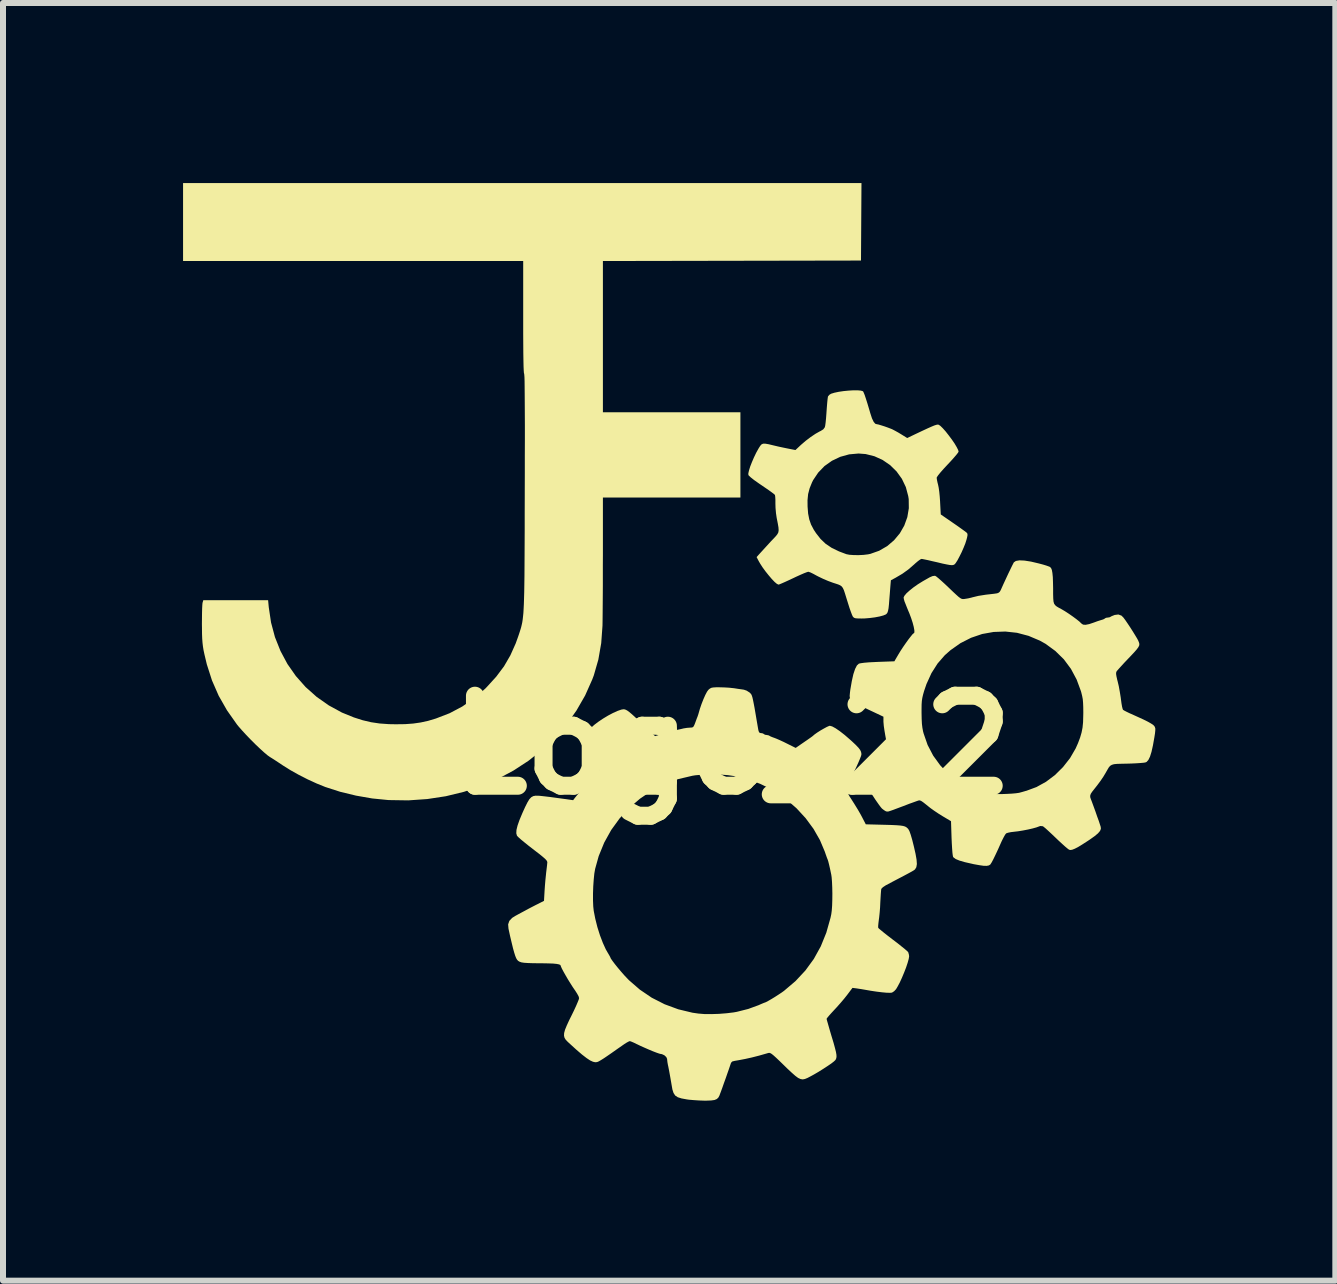
<source format=kicad_pcb>
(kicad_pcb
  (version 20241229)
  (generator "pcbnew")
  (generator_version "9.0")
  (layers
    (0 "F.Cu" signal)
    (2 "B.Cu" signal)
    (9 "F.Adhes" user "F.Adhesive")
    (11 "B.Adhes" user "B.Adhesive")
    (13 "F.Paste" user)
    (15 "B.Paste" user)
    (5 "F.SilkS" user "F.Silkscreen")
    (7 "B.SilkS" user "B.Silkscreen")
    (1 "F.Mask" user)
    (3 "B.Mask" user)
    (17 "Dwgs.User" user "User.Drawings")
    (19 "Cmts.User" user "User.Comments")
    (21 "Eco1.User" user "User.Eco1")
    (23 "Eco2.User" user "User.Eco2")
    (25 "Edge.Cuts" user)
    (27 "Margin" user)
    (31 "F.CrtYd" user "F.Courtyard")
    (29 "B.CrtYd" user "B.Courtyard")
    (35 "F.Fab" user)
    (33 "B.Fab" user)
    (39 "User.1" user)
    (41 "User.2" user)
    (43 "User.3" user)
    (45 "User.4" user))
  (footprint "Logo_22"
    (layer "F.Cu")
    (at 9.149 9.363)
    (property "Reference" "Logo_22" (at 0 0 0) (layer "F.SilkS") (effects (font (size 1.5 1.5) (thickness 0.3))))
    (attr board_only exclude_from_pos_files exclude_from_bom)
    (fp_poly (pts (xy 2.15 -8.717) (xy 2.146 -8.072) (xy -0.004 -8.068) (xy -2.154 -8.064) (xy -2.154 -6.804) (xy -2.154 -5.544) (xy -1.008 -5.544) (xy 0.137 -5.544) (xy 0.137 -4.834) (xy 0.137 -4.124) (xy -1.008 -4.124) (xy -2.154 -4.124) (xy -2.154 -3.165) (xy -2.155 -2.989) (xy -2.155 -2.817) (xy -2.155 -2.65) (xy -2.156 -2.494) (xy -2.157 -2.352) (xy -2.158 -2.226) (xy -2.159 -2.12) (xy -2.16 -2.039) (xy -2.161 -1.986) (xy -2.182 -1.698) (xy -2.23 -1.423) (xy -2.305 -1.162) (xy -2.331 -1.093) (xy -2.45 -0.826) (xy -2.595 -0.574) (xy -2.763 -0.338) (xy -2.954 -0.12) (xy -3.165 0.081) (xy -3.395 0.263) (xy -3.642 0.424) (xy -3.905 0.565) (xy -4.182 0.684) (xy -4.471 0.78) (xy -4.771 0.853) (xy -5.08 0.9) (xy -5.397 0.922) (xy -5.72 0.917) (xy -5.735 0.916) (xy -5.998 0.89) (xy -6.267 0.843) (xy -6.531 0.779) (xy -6.78 0.699) (xy -6.789 0.695) (xy -6.925 0.64) (xy -7.073 0.572) (xy -7.222 0.496) (xy -7.363 0.417) (xy -7.484 0.341) (xy -7.487 0.339) (xy -7.553 0.295) (xy -7.617 0.253) (xy -7.67 0.219) (xy -7.701 0.2) (xy -7.742 0.171) (xy -7.8 0.122) (xy -7.868 0.06) (xy -7.944 -0.012) (xy -8.022 -0.09) (xy -8.097 -0.168) (xy -8.166 -0.243) (xy -8.224 -0.309) (xy -8.25 -0.341) (xy -8.417 -0.578) (xy -8.556 -0.822) (xy -8.667 -1.076) (xy -8.753 -1.344) (xy -8.793 -1.511) (xy -8.808 -1.582) (xy -8.818 -1.644) (xy -8.825 -1.705) (xy -8.83 -1.771) (xy -8.833 -1.85) (xy -8.834 -1.947) (xy -8.835 -2.016) (xy -8.834 -2.114) (xy -8.833 -2.203) (xy -8.831 -2.279) (xy -8.828 -2.336) (xy -8.825 -2.368) (xy -8.824 -2.371) (xy -8.812 -2.413) (xy -8.272 -2.413) (xy -7.732 -2.413) (xy -7.721 -2.295) (xy -7.683 -2.041) (xy -7.618 -1.798) (xy -7.526 -1.567) (xy -7.41 -1.35) (xy -7.27 -1.15) (xy -7.107 -0.966) (xy -6.924 -0.803) (xy -6.722 -0.661) (xy -6.502 -0.541) (xy -6.303 -0.46) (xy -6.156 -0.413) (xy -6.016 -0.38) (xy -5.874 -0.359) (xy -5.72 -0.348) (xy -5.605 -0.346) (xy -5.449 -0.348) (xy -5.313 -0.358) (xy -5.189 -0.376) (xy -5.066 -0.403) (xy -4.936 -0.442) (xy -4.708 -0.53) (xy -4.498 -0.641) (xy -4.302 -0.776) (xy -4.116 -0.938) (xy -4.086 -0.969) (xy -3.931 -1.139) (xy -3.802 -1.311) (xy -3.696 -1.494) (xy -3.607 -1.693) (xy -3.567 -1.804) (xy -3.552 -1.848) (xy -3.539 -1.888) (xy -3.527 -1.926) (xy -3.516 -1.963) (xy -3.507 -2.001) (xy -3.498 -2.042) (xy -3.491 -2.087) (xy -3.485 -2.139) (xy -3.479 -2.198) (xy -3.475 -2.267) (xy -3.471 -2.347) (xy -3.468 -2.441) (xy -3.465 -2.549) (xy -3.463 -2.673) (xy -3.461 -2.816) (xy -3.46 -2.979) (xy -3.459 -3.163) (xy -3.458 -3.37) (xy -3.457 -3.603) (xy -3.457 -3.862) (xy -3.456 -4.15) (xy -3.456 -4.219) (xy -3.455 -4.54) (xy -3.455 -4.831) (xy -3.454 -5.092) (xy -3.454 -5.324) (xy -3.455 -5.527) (xy -3.456 -5.702) (xy -3.457 -5.849) (xy -3.458 -5.969) (xy -3.459 -6.062) (xy -3.461 -6.129) (xy -3.464 -6.17) (xy -3.466 -6.186) (xy -3.466 -6.186) (xy -3.47 -6.199) (xy -3.473 -6.239) (xy -3.476 -6.307) (xy -3.478 -6.403) (xy -3.48 -6.527) (xy -3.481 -6.68) (xy -3.482 -6.863) (xy -3.482 -7.075) (xy -3.482 -7.125) (xy -3.482 -8.064) (xy -6.316 -8.064) (xy -9.149 -8.064) (xy -9.149 -8.714) (xy -9.149 -9.363) (xy -3.497 -9.363) (xy 2.154 -9.363)) (stroke (width 0) (type solid)) (fill yes) (layer "F.SilkS"))
    (fp_poly (pts (xy 2.144 -5.905) (xy 2.177 -5.895) (xy 2.181 -5.892) (xy 2.191 -5.872) (xy 2.207 -5.833) (xy 2.227 -5.773) (xy 2.254 -5.688) (xy 2.287 -5.577) (xy 2.301 -5.529) (xy 2.329 -5.443) (xy 2.357 -5.385) (xy 2.384 -5.353) (xy 2.406 -5.346) (xy 2.434 -5.341) (xy 2.481 -5.327) (xy 2.538 -5.309) (xy 2.597 -5.288) (xy 2.649 -5.268) (xy 2.67 -5.259) (xy 2.712 -5.237) (xy 2.768 -5.206) (xy 2.821 -5.174) (xy 2.916 -5.115) (xy 3.058 -5.183) (xy 3.168 -5.235) (xy 3.254 -5.275) (xy 3.319 -5.304) (xy 3.367 -5.324) (xy 3.401 -5.335) (xy 3.424 -5.339) (xy 3.439 -5.337) (xy 3.439 -5.337) (xy 3.468 -5.318) (xy 3.509 -5.278) (xy 3.557 -5.224) (xy 3.608 -5.159) (xy 3.659 -5.091) (xy 3.705 -5.024) (xy 3.741 -4.963) (xy 3.765 -4.915) (xy 3.772 -4.888) (xy 3.762 -4.87) (xy 3.734 -4.834) (xy 3.691 -4.784) (xy 3.638 -4.725) (xy 3.59 -4.674) (xy 3.525 -4.604) (xy 3.471 -4.543) (xy 3.432 -4.495) (xy 3.41 -4.462) (xy 3.407 -4.452) (xy 3.411 -4.421) (xy 3.421 -4.373) (xy 3.43 -4.338) (xy 3.44 -4.29) (xy 3.45 -4.221) (xy 3.458 -4.139) (xy 3.464 -4.054) (xy 3.464 -4.048) (xy 3.475 -3.842) (xy 3.681 -3.7) (xy 3.752 -3.651) (xy 3.815 -3.606) (xy 3.865 -3.57) (xy 3.898 -3.545) (xy 3.908 -3.537) (xy 3.919 -3.521) (xy 3.921 -3.498) (xy 3.914 -3.46) (xy 3.903 -3.418) (xy 3.884 -3.358) (xy 3.855 -3.286) (xy 3.822 -3.211) (xy 3.786 -3.139) (xy 3.753 -3.077) (xy 3.724 -3.032) (xy 3.71 -3.015) (xy 3.697 -3.005) (xy 3.68 -2.999) (xy 3.657 -2.997) (xy 3.623 -3) (xy 3.574 -3.009) (xy 3.506 -3.023) (xy 3.415 -3.045) (xy 3.335 -3.063) (xy 3.268 -3.079) (xy 3.21 -3.091) (xy 3.169 -3.099) (xy 3.154 -3.101) (xy 3.132 -3.091) (xy 3.095 -3.064) (xy 3.05 -3.026) (xy 3.034 -3.011) (xy 2.936 -2.926) (xy 2.836 -2.854) (xy 2.724 -2.788) (xy 2.644 -2.745) (xy 2.636 -2.652) (xy 2.631 -2.588) (xy 2.625 -2.51) (xy 2.619 -2.436) (xy 2.612 -2.344) (xy 2.605 -2.278) (xy 2.596 -2.233) (xy 2.585 -2.203) (xy 2.57 -2.184) (xy 2.56 -2.176) (xy 2.519 -2.159) (xy 2.456 -2.142) (xy 2.377 -2.127) (xy 2.291 -2.116) (xy 2.206 -2.109) (xy 2.158 -2.108) (xy 2.095 -2.109) (xy 2.055 -2.112) (xy 2.031 -2.12) (xy 2.015 -2.134) (xy 2.009 -2.142) (xy 1.996 -2.17) (xy 1.977 -2.22) (xy 1.954 -2.285) (xy 1.933 -2.352) (xy 1.902 -2.451) (xy 1.879 -2.526) (xy 1.861 -2.58) (xy 1.843 -2.618) (xy 1.824 -2.643) (xy 1.799 -2.661) (xy 1.767 -2.675) (xy 1.725 -2.689) (xy 1.678 -2.704) (xy 1.597 -2.734) (xy 1.513 -2.77) (xy 1.438 -2.806) (xy 1.407 -2.822) (xy 1.352 -2.852) (xy 1.305 -2.875) (xy 1.272 -2.886) (xy 1.267 -2.887) (xy 1.244 -2.88) (xy 1.199 -2.863) (xy 1.137 -2.836) (xy 1.064 -2.803) (xy 1.016 -2.78) (xy 0.939 -2.744) (xy 0.871 -2.713) (xy 0.816 -2.689) (xy 0.781 -2.675) (xy 0.771 -2.673) (xy 0.745 -2.685) (xy 0.707 -2.717) (xy 0.66 -2.766) (xy 0.609 -2.826) (xy 0.556 -2.892) (xy 0.507 -2.959) (xy 0.465 -3.024) (xy 0.441 -3.066) (xy 0.407 -3.131) (xy 0.444 -3.173) (xy 0.644 -3.392) (xy 0.694 -3.444) (xy 0.73 -3.483) (xy 0.754 -3.514) (xy 0.769 -3.544) (xy 0.774 -3.579) (xy 0.771 -3.626) (xy 0.76 -3.69) (xy 0.743 -3.777) (xy 0.742 -3.78) (xy 0.73 -3.861) (xy 0.722 -3.951) (xy 0.72 -4.027) (xy 0.72 -4.078) (xy 1.255 -4.078) (xy 1.256 -3.973) (xy 1.265 -3.857) (xy 1.284 -3.76) (xy 1.314 -3.673) (xy 1.36 -3.586) (xy 1.397 -3.53) (xy 1.472 -3.434) (xy 1.557 -3.353) (xy 1.658 -3.285) (xy 1.78 -3.226) (xy 1.902 -3.18) (xy 1.952 -3.17) (xy 2.024 -3.165) (xy 2.106 -3.164) (xy 2.189 -3.168) (xy 2.263 -3.177) (xy 2.302 -3.185) (xy 2.449 -3.237) (xy 2.582 -3.314) (xy 2.697 -3.412) (xy 2.793 -3.527) (xy 2.867 -3.656) (xy 2.918 -3.797) (xy 2.943 -3.945) (xy 2.941 -4.098) (xy 2.933 -4.148) (xy 2.893 -4.298) (xy 2.827 -4.436) (xy 2.738 -4.559) (xy 2.631 -4.664) (xy 2.507 -4.749) (xy 2.371 -4.811) (xy 2.224 -4.848) (xy 2.105 -4.857) (xy 1.949 -4.843) (xy 1.801 -4.802) (xy 1.662 -4.736) (xy 1.538 -4.648) (xy 1.433 -4.539) (xy 1.349 -4.414) (xy 1.33 -4.376) (xy 1.29 -4.277) (xy 1.265 -4.181) (xy 1.255 -4.078) (xy 0.72 -4.078) (xy 0.72 -4.087) (xy 0.717 -4.136) (xy 0.713 -4.165) (xy 0.711 -4.168) (xy 0.695 -4.183) (xy 0.658 -4.211) (xy 0.608 -4.247) (xy 0.56 -4.28) (xy 0.45 -4.355) (xy 0.365 -4.415) (xy 0.307 -4.461) (xy 0.275 -4.492) (xy 0.27 -4.499) (xy 0.269 -4.527) (xy 0.28 -4.575) (xy 0.3 -4.64) (xy 0.329 -4.714) (xy 0.363 -4.793) (xy 0.4 -4.87) (xy 0.439 -4.94) (xy 0.446 -4.952) (xy 0.469 -4.987) (xy 0.49 -5.01) (xy 0.516 -5.021) (xy 0.552 -5.021) (xy 0.605 -5.012) (xy 0.68 -4.994) (xy 0.773 -4.972) (xy 0.848 -4.956) (xy 0.916 -4.942) (xy 0.966 -4.932) (xy 1.054 -4.915) (xy 1.146 -5.001) (xy 1.224 -5.068) (xy 1.307 -5.131) (xy 1.387 -5.185) (xy 1.456 -5.224) (xy 1.475 -5.233) (xy 1.518 -5.26) (xy 1.543 -5.294) (xy 1.55 -5.323) (xy 1.557 -5.376) (xy 1.564 -5.446) (xy 1.57 -5.527) (xy 1.572 -5.557) (xy 1.578 -5.639) (xy 1.584 -5.711) (xy 1.59 -5.768) (xy 1.595 -5.803) (xy 1.597 -5.809) (xy 1.619 -5.835) (xy 1.648 -5.853) (xy 1.704 -5.87) (xy 1.775 -5.885) (xy 1.856 -5.897) (xy 1.939 -5.905) (xy 2.019 -5.91) (xy 2.09 -5.91)) (stroke (width 0) (type solid)) (fill yes) (layer "F.SilkS"))
    (fp_poly (pts (xy 4.871 -3.073) (xy 4.979 -3.056) (xy 5.11 -3.025) (xy 5.178 -3.007) (xy 5.231 -2.991) (xy 5.273 -2.976) (xy 5.295 -2.967) (xy 5.313 -2.948) (xy 5.326 -2.917) (xy 5.335 -2.868) (xy 5.342 -2.799) (xy 5.345 -2.707) (xy 5.347 -2.613) (xy 5.347 -2.516) (xy 5.349 -2.444) (xy 5.353 -2.393) (xy 5.363 -2.356) (xy 5.381 -2.33) (xy 5.407 -2.308) (xy 5.446 -2.285) (xy 5.491 -2.261) (xy 5.545 -2.229) (xy 5.608 -2.188) (xy 5.674 -2.142) (xy 5.735 -2.097) (xy 5.785 -2.057) (xy 5.816 -2.027) (xy 5.818 -2.025) (xy 5.846 -2.006) (xy 5.888 -2.003) (xy 5.949 -2.015) (xy 6.026 -2.041) (xy 6.083 -2.062) (xy 6.133 -2.078) (xy 6.166 -2.088) (xy 6.167 -2.088) (xy 6.198 -2.1) (xy 6.21 -2.11) (xy 6.23 -2.12) (xy 6.252 -2.123) (xy 6.286 -2.128) (xy 6.301 -2.135) (xy 6.324 -2.148) (xy 6.363 -2.163) (xy 6.372 -2.167) (xy 6.434 -2.175) (xy 6.486 -2.156) (xy 6.518 -2.124) (xy 6.548 -2.084) (xy 6.587 -2.027) (xy 6.631 -1.961) (xy 6.675 -1.892) (xy 6.715 -1.827) (xy 6.747 -1.774) (xy 6.766 -1.738) (xy 6.766 -1.737) (xy 6.778 -1.708) (xy 6.784 -1.683) (xy 6.781 -1.658) (xy 6.767 -1.63) (xy 6.74 -1.593) (xy 6.698 -1.545) (xy 6.638 -1.481) (xy 6.593 -1.434) (xy 6.534 -1.372) (xy 6.482 -1.315) (xy 6.44 -1.269) (xy 6.413 -1.238) (xy 6.406 -1.23) (xy 6.398 -1.211) (xy 6.396 -1.185) (xy 6.402 -1.146) (xy 6.415 -1.087) (xy 6.422 -1.061) (xy 6.441 -0.981) (xy 6.458 -0.887) (xy 6.473 -0.794) (xy 6.477 -0.763) (xy 6.486 -0.695) (xy 6.496 -0.638) (xy 6.506 -0.6) (xy 6.512 -0.587) (xy 6.534 -0.573) (xy 6.575 -0.552) (xy 6.629 -0.526) (xy 6.644 -0.52) (xy 6.763 -0.466) (xy 6.857 -0.423) (xy 6.927 -0.388) (xy 6.978 -0.359) (xy 7.012 -0.337) (xy 7.031 -0.318) (xy 7.034 -0.315) (xy 7.044 -0.295) (xy 7.05 -0.273) (xy 7.049 -0.24) (xy 7.044 -0.191) (xy 7.034 -0.128) (xy 7.01 0.007) (xy 6.986 0.114) (xy 6.961 0.194) (xy 6.934 0.249) (xy 6.905 0.281) (xy 6.891 0.288) (xy 6.863 0.294) (xy 6.81 0.299) (xy 6.738 0.304) (xy 6.654 0.308) (xy 6.584 0.31) (xy 6.487 0.312) (xy 6.414 0.314) (xy 6.362 0.319) (xy 6.325 0.33) (xy 6.297 0.347) (xy 6.274 0.374) (xy 6.251 0.413) (xy 6.221 0.466) (xy 6.218 0.471) (xy 6.183 0.529) (xy 6.137 0.597) (xy 6.09 0.66) (xy 6.085 0.667) (xy 6.033 0.733) (xy 5.996 0.78) (xy 5.974 0.814) (xy 5.965 0.842) (xy 5.965 0.868) (xy 5.975 0.899) (xy 5.991 0.94) (xy 5.995 0.951) (xy 6.021 1.022) (xy 6.051 1.104) (xy 6.08 1.188) (xy 6.108 1.265) (xy 6.129 1.329) (xy 6.14 1.363) (xy 6.143 1.396) (xy 6.129 1.431) (xy 6.095 1.471) (xy 6.04 1.517) (xy 5.96 1.574) (xy 5.927 1.596) (xy 5.834 1.656) (xy 5.762 1.7) (xy 5.707 1.728) (xy 5.666 1.744) (xy 5.636 1.749) (xy 5.613 1.744) (xy 5.613 1.744) (xy 5.591 1.728) (xy 5.551 1.695) (xy 5.499 1.648) (xy 5.438 1.592) (xy 5.392 1.548) (xy 5.328 1.487) (xy 5.27 1.433) (xy 5.223 1.39) (xy 5.189 1.362) (xy 5.176 1.353) (xy 5.133 1.349) (xy 5.113 1.356) (xy 5.07 1.372) (xy 5.005 1.39) (xy 4.927 1.408) (xy 4.844 1.424) (xy 4.764 1.437) (xy 4.704 1.444) (xy 4.645 1.451) (xy 4.596 1.461) (xy 4.567 1.471) (xy 4.565 1.472) (xy 4.548 1.493) (xy 4.524 1.535) (xy 4.496 1.59) (xy 4.486 1.611) (xy 4.43 1.737) (xy 4.384 1.835) (xy 4.348 1.909) (xy 4.321 1.959) (xy 4.302 1.988) (xy 4.299 1.992) (xy 4.276 2.006) (xy 4.241 2.013) (xy 4.19 2.012) (xy 4.119 2.002) (xy 4.024 1.985) (xy 3.994 1.978) (xy 3.875 1.951) (xy 3.786 1.925) (xy 3.723 1.899) (xy 3.687 1.872) (xy 3.68 1.862) (xy 3.675 1.838) (xy 3.669 1.79) (xy 3.664 1.721) (xy 3.659 1.638) (xy 3.655 1.551) (xy 3.646 1.269) (xy 3.505 1.185) (xy 3.436 1.142) (xy 3.366 1.095) (xy 3.307 1.053) (xy 3.284 1.035) (xy 3.222 0.985) (xy 3.18 0.952) (xy 3.15 0.932) (xy 3.128 0.923) (xy 3.109 0.923) (xy 3.087 0.93) (xy 3.067 0.937) (xy 3.017 0.955) (xy 2.973 0.971) (xy 2.963 0.974) (xy 2.849 1.018) (xy 2.715 1.068) (xy 2.692 1.077) (xy 2.635 1.097) (xy 2.599 1.108) (xy 2.575 1.108) (xy 2.555 1.101) (xy 2.539 1.091) (xy 2.515 1.074) (xy 2.494 1.057) (xy 2.473 1.032) (xy 2.446 0.996) (xy 2.408 0.942) (xy 2.385 0.909) (xy 2.315 0.802) (xy 2.264 0.717) (xy 2.233 0.652) (xy 2.22 0.607) (xy 2.221 0.589) (xy 2.234 0.566) (xy 2.265 0.527) (xy 2.31 0.474) (xy 2.366 0.412) (xy 2.421 0.354) (xy 2.493 0.279) (xy 2.546 0.22) (xy 2.582 0.175) (xy 2.603 0.139) (xy 2.611 0.109) (xy 2.609 0.079) (xy 2.6 0.047) (xy 2.597 0.039) (xy 2.582 -0.009) (xy 2.566 -0.078) (xy 2.551 -0.159) (xy 2.537 -0.242) (xy 2.526 -0.317) (xy 2.521 -0.376) (xy 2.52 -0.39) (xy 2.52 -0.472) (xy 2.425 -0.517) (xy 2.372 -0.542) (xy 2.302 -0.575) (xy 2.245 -0.602) (xy 3.155 -0.602) (xy 3.155 -0.535) (xy 3.157 -0.433) (xy 3.161 -0.354) (xy 3.169 -0.288) (xy 3.18 -0.228) (xy 3.19 -0.191) (xy 3.256 -0.001) (xy 3.349 0.177) (xy 3.466 0.338) (xy 3.579 0.458) (xy 3.637 0.508) (xy 3.709 0.562) (xy 3.784 0.615) (xy 3.856 0.66) (xy 3.915 0.693) (xy 3.925 0.697) (xy 4.025 0.736) (xy 4.134 0.77) (xy 4.242 0.797) (xy 4.337 0.813) (xy 4.361 0.815) (xy 4.42 0.817) (xy 4.495 0.817) (xy 4.576 0.814) (xy 4.655 0.81) (xy 4.724 0.804) (xy 4.774 0.797) (xy 4.788 0.794) (xy 4.832 0.782) (xy 4.887 0.766) (xy 4.903 0.762) (xy 5.07 0.7) (xy 5.229 0.612) (xy 5.378 0.5) (xy 5.512 0.367) (xy 5.629 0.218) (xy 5.723 0.056) (xy 5.762 -0.032) (xy 5.797 -0.125) (xy 5.821 -0.208) (xy 5.837 -0.289) (xy 5.846 -0.379) (xy 5.849 -0.486) (xy 5.85 -0.539) (xy 5.849 -0.633) (xy 5.846 -0.705) (xy 5.841 -0.764) (xy 5.831 -0.817) (xy 5.817 -0.874) (xy 5.811 -0.896) (xy 5.739 -1.091) (xy 5.644 -1.269) (xy 5.525 -1.429) (xy 5.384 -1.567) (xy 5.223 -1.685) (xy 5.127 -1.739) (xy 4.938 -1.819) (xy 4.745 -1.87) (xy 4.551 -1.891) (xy 4.356 -1.884) (xy 4.165 -1.85) (xy 3.98 -1.787) (xy 3.803 -1.697) (xy 3.637 -1.58) (xy 3.542 -1.496) (xy 3.422 -1.358) (xy 3.32 -1.198) (xy 3.237 -1.016) (xy 3.197 -0.899) (xy 3.18 -0.839) (xy 3.168 -0.787) (xy 3.16 -0.736) (xy 3.156 -0.677) (xy 3.155 -0.602) (xy 2.245 -0.602) (xy 2.223 -0.613) (xy 2.15 -0.648) (xy 2.071 -0.686) (xy 2.015 -0.717) (xy 1.98 -0.746) (xy 1.962 -0.778) (xy 1.957 -0.818) (xy 1.962 -0.872) (xy 1.968 -0.92) (xy 1.993 -1.065) (xy 2.019 -1.181) (xy 2.048 -1.268) (xy 2.078 -1.326) (xy 2.111 -1.356) (xy 2.142 -1.363) (xy 2.2 -1.371) (xy 2.282 -1.378) (xy 2.384 -1.383) (xy 2.426 -1.385) (xy 2.702 -1.395) (xy 2.77 -1.511) (xy 2.806 -1.57) (xy 2.848 -1.634) (xy 2.893 -1.699) (xy 2.937 -1.76) (xy 2.976 -1.81) (xy 3.006 -1.847) (xy 3.025 -1.863) (xy 3.027 -1.863) (xy 3.036 -1.877) (xy 3.035 -1.913) (xy 3.025 -1.968) (xy 3.007 -2.037) (xy 2.982 -2.114) (xy 2.952 -2.194) (xy 2.932 -2.241) (xy 2.914 -2.285) (xy 2.904 -2.31) (xy 2.888 -2.351) (xy 2.873 -2.387) (xy 2.861 -2.428) (xy 2.856 -2.458) (xy 2.869 -2.486) (xy 2.903 -2.527) (xy 2.956 -2.575) (xy 3.021 -2.627) (xy 3.095 -2.679) (xy 3.174 -2.728) (xy 3.2 -2.743) (xy 3.232 -2.761) (xy 3.276 -2.786) (xy 3.29 -2.794) (xy 3.339 -2.815) (xy 3.378 -2.82) (xy 3.382 -2.819) (xy 3.403 -2.806) (xy 3.441 -2.775) (xy 3.493 -2.729) (xy 3.554 -2.673) (xy 3.612 -2.618) (xy 3.683 -2.55) (xy 3.736 -2.501) (xy 3.774 -2.467) (xy 3.803 -2.446) (xy 3.825 -2.435) (xy 3.844 -2.432) (xy 3.866 -2.433) (xy 3.872 -2.434) (xy 3.929 -2.443) (xy 3.989 -2.457) (xy 3.994 -2.459) (xy 4.101 -2.485) (xy 4.228 -2.505) (xy 4.3 -2.513) (xy 4.369 -2.521) (xy 4.415 -2.528) (xy 4.443 -2.54) (xy 4.461 -2.558) (xy 4.476 -2.585) (xy 4.479 -2.592) (xy 4.517 -2.677) (xy 4.557 -2.763) (xy 4.596 -2.847) (xy 4.632 -2.922) (xy 4.662 -2.984) (xy 4.684 -3.027) (xy 4.693 -3.044) (xy 4.727 -3.067) (xy 4.786 -3.077)) (stroke (width 0) (type solid)) (fill yes) (layer "F.SilkS"))
    (fp_poly (pts (xy -0.134 -0.96) (xy -0.049 -0.955) (xy 0.025 -0.947) (xy 0.034 -0.946) (xy 0.097 -0.936) (xy 0.155 -0.928) (xy 0.195 -0.922) (xy 0.241 -0.906) (xy 0.285 -0.878) (xy 0.291 -0.874) (xy 0.302 -0.863) (xy 0.312 -0.852) (xy 0.321 -0.839) (xy 0.329 -0.819) (xy 0.338 -0.79) (xy 0.347 -0.75) (xy 0.358 -0.695) (xy 0.372 -0.622) (xy 0.388 -0.528) (xy 0.408 -0.41) (xy 0.433 -0.265) (xy 0.436 -0.248) (xy 0.447 -0.213) (xy 0.467 -0.2) (xy 0.481 -0.199) (xy 0.513 -0.193) (xy 0.527 -0.183) (xy 0.548 -0.171) (xy 0.571 -0.168) (xy 0.604 -0.162) (xy 0.619 -0.155) (xy 0.642 -0.142) (xy 0.682 -0.126) (xy 0.695 -0.122) (xy 0.734 -0.107) (xy 0.792 -0.082) (xy 0.859 -0.051) (xy 0.907 -0.027) (xy 1.058 0.048) (xy 1.197 -0.048) (xy 1.254 -0.087) (xy 1.301 -0.12) (xy 1.333 -0.143) (xy 1.344 -0.152) (xy 1.372 -0.176) (xy 1.417 -0.208) (xy 1.472 -0.243) (xy 1.528 -0.275) (xy 1.578 -0.302) (xy 1.615 -0.318) (xy 1.627 -0.321) (xy 1.666 -0.31) (xy 1.723 -0.279) (xy 1.793 -0.231) (xy 1.875 -0.167) (xy 1.965 -0.089) (xy 1.993 -0.064) (xy 2.058 -0.003) (xy 2.103 0.044) (xy 2.132 0.082) (xy 2.147 0.114) (xy 2.153 0.147) (xy 2.153 0.156) (xy 2.147 0.182) (xy 2.128 0.231) (xy 2.1 0.297) (xy 2.065 0.374) (xy 2.024 0.458) (xy 2.024 0.459) (xy 1.983 0.542) (xy 1.948 0.617) (xy 1.92 0.678) (xy 1.901 0.722) (xy 1.894 0.743) (xy 1.894 0.743) (xy 1.902 0.765) (xy 1.924 0.805) (xy 1.957 0.859) (xy 1.994 0.916) (xy 2.042 0.992) (xy 2.093 1.075) (xy 2.138 1.153) (xy 2.16 1.194) (xy 2.226 1.321) (xy 2.537 1.329) (xy 2.65 1.332) (xy 2.736 1.336) (xy 2.8 1.341) (xy 2.847 1.348) (xy 2.881 1.358) (xy 2.905 1.372) (xy 2.925 1.39) (xy 2.934 1.4) (xy 2.953 1.434) (xy 2.975 1.496) (xy 3 1.582) (xy 3.027 1.69) (xy 3.055 1.813) (xy 3.072 1.91) (xy 3.077 1.983) (xy 3.068 2.036) (xy 3.046 2.072) (xy 3.028 2.086) (xy 2.995 2.106) (xy 2.94 2.136) (xy 2.869 2.174) (xy 2.789 2.216) (xy 2.705 2.26) (xy 2.631 2.299) (xy 2.558 2.338) (xy 2.511 2.369) (xy 2.487 2.393) (xy 2.483 2.403) (xy 2.48 2.431) (xy 2.476 2.482) (xy 2.472 2.549) (xy 2.468 2.619) (xy 2.464 2.705) (xy 2.457 2.793) (xy 2.449 2.87) (xy 2.443 2.914) (xy 2.436 2.971) (xy 2.432 3.017) (xy 2.433 3.044) (xy 2.433 3.045) (xy 2.447 3.06) (xy 2.482 3.089) (xy 2.533 3.131) (xy 2.598 3.182) (xy 2.671 3.238) (xy 2.679 3.244) (xy 2.754 3.301) (xy 2.82 3.354) (xy 2.875 3.398) (xy 2.914 3.432) (xy 2.932 3.451) (xy 2.933 3.452) (xy 2.944 3.49) (xy 2.948 3.521) (xy 2.941 3.564) (xy 2.923 3.629) (xy 2.897 3.707) (xy 2.864 3.792) (xy 2.828 3.878) (xy 2.791 3.959) (xy 2.755 4.026) (xy 2.73 4.068) (xy 2.698 4.102) (xy 2.664 4.124) (xy 2.663 4.125) (xy 2.632 4.128) (xy 2.575 4.127) (xy 2.499 4.12) (xy 2.408 4.109) (xy 2.308 4.094) (xy 2.222 4.079) (xy 2.159 4.068) (xy 2.093 4.058) (xy 2.075 4.055) (xy 2.004 4.046) (xy 1.915 4.164) (xy 1.865 4.227) (xy 1.803 4.3) (xy 1.738 4.373) (xy 1.699 4.415) (xy 1.65 4.468) (xy 1.61 4.513) (xy 1.583 4.546) (xy 1.573 4.561) (xy 1.577 4.58) (xy 1.589 4.622) (xy 1.607 4.685) (xy 1.629 4.762) (xy 1.655 4.85) (xy 1.657 4.856) (xy 1.69 4.965) (xy 1.713 5.05) (xy 1.729 5.114) (xy 1.737 5.161) (xy 1.738 5.196) (xy 1.733 5.221) (xy 1.723 5.243) (xy 1.719 5.249) (xy 1.695 5.272) (xy 1.65 5.307) (xy 1.588 5.349) (xy 1.516 5.396) (xy 1.438 5.445) (xy 1.359 5.491) (xy 1.304 5.521) (xy 1.254 5.547) (xy 1.212 5.564) (xy 1.175 5.571) (xy 1.139 5.565) (xy 1.098 5.546) (xy 1.051 5.511) (xy 0.992 5.459) (xy 0.917 5.389) (xy 0.866 5.339) (xy 0.79 5.265) (xy 0.733 5.211) (xy 0.69 5.172) (xy 0.659 5.147) (xy 0.637 5.134) (xy 0.62 5.129) (xy 0.604 5.13) (xy 0.591 5.134) (xy 0.451 5.174) (xy 0.33 5.205) (xy 0.218 5.23) (xy 0.108 5.251) (xy 0.043 5.262) (xy 0.002 5.272) (xy -0.019 5.294) (xy -0.028 5.32) (xy -0.038 5.35) (xy -0.056 5.403) (xy -0.08 5.471) (xy -0.107 5.549) (xy -0.136 5.629) (xy -0.163 5.706) (xy -0.187 5.772) (xy -0.206 5.822) (xy -0.211 5.837) (xy -0.23 5.873) (xy -0.256 5.898) (xy -0.294 5.914) (xy -0.351 5.922) (xy -0.431 5.925) (xy -0.465 5.925) (xy -0.551 5.922) (xy -0.641 5.916) (xy -0.722 5.909) (xy -0.757 5.904) (xy -0.844 5.888) (xy -0.907 5.868) (xy -0.949 5.84) (xy -0.977 5.798) (xy -0.996 5.739) (xy -1.006 5.682) (xy -1.03 5.543) (xy -1.05 5.432) (xy -1.067 5.345) (xy -1.07 5.334) (xy -1.079 5.284) (xy -1.084 5.24) (xy -1.084 5.231) (xy -1.098 5.199) (xy -1.13 5.169) (xy -1.171 5.15) (xy -1.192 5.147) (xy -1.216 5.141) (xy -1.262 5.125) (xy -1.322 5.102) (xy -1.391 5.073) (xy -1.462 5.042) (xy -1.529 5.012) (xy -1.585 4.985) (xy -1.588 4.984) (xy -1.639 4.959) (xy -1.681 4.941) (xy -1.705 4.933) (xy -1.706 4.933) (xy -1.729 4.942) (xy -1.767 4.963) (xy -1.799 4.984) (xy -1.914 5.064) (xy -2.006 5.129) (xy -2.08 5.18) (xy -2.136 5.218) (xy -2.179 5.245) (xy -2.211 5.264) (xy -2.234 5.276) (xy -2.252 5.282) (xy -2.267 5.284) (xy -2.281 5.285) (xy -2.282 5.285) (xy -2.319 5.277) (xy -2.367 5.255) (xy -2.427 5.215) (xy -2.502 5.157) (xy -2.592 5.08) (xy -2.701 4.981) (xy -2.739 4.946) (xy -2.772 4.912) (xy -2.793 4.879) (xy -2.802 4.843) (xy -2.8 4.799) (xy -2.785 4.743) (xy -2.756 4.672) (xy -2.714 4.581) (xy -2.676 4.505) (xy -2.636 4.423) (xy -2.601 4.347) (xy -2.574 4.284) (xy -2.556 4.239) (xy -2.551 4.216) (xy -2.559 4.187) (xy -2.583 4.143) (xy -2.616 4.091) (xy -2.626 4.077) (xy -2.658 4.03) (xy -2.696 3.97) (xy -2.737 3.904) (xy -2.776 3.837) (xy -2.811 3.775) (xy -2.838 3.724) (xy -2.853 3.69) (xy -2.856 3.68) (xy -2.863 3.665) (xy -2.884 3.655) (xy -2.923 3.647) (xy -2.983 3.641) (xy -3.067 3.638) (xy -3.178 3.636) (xy -3.206 3.636) (xy -3.318 3.635) (xy -3.403 3.632) (xy -3.466 3.628) (xy -3.511 3.621) (xy -3.543 3.61) (xy -3.566 3.596) (xy -3.584 3.577) (xy -3.585 3.575) (xy -3.599 3.551) (xy -3.614 3.514) (xy -3.631 3.461) (xy -3.651 3.389) (xy -3.674 3.294) (xy -3.702 3.176) (xy -3.727 3.06) (xy -3.733 2.988) (xy -3.713 2.93) (xy -3.666 2.88) (xy -3.617 2.849) (xy -3.555 2.815) (xy -3.486 2.778) (xy -3.454 2.761) (xy -3.399 2.731) (xy -3.33 2.695) (xy -3.262 2.66) (xy -3.253 2.656) (xy -3.135 2.596) (xy -3.135 2.588) (xy -2.319 2.588) (xy -2.315 2.688) (xy -2.307 2.762) (xy -2.281 2.895) (xy -2.246 3.034) (xy -2.203 3.17) (xy -2.155 3.296) (xy -2.106 3.404) (xy -2.072 3.463) (xy -2.049 3.502) (xy -2.034 3.529) (xy -2.031 3.536) (xy -2.022 3.557) (xy -1.995 3.596) (xy -1.956 3.648) (xy -1.907 3.709) (xy -1.853 3.773) (xy -1.798 3.836) (xy -1.745 3.892) (xy -1.72 3.918) (xy -1.539 4.075) (xy -1.34 4.21) (xy -1.126 4.319) (xy -0.898 4.403) (xy -0.661 4.46) (xy -0.563 4.474) (xy -0.465 4.482) (xy -0.347 4.483) (xy -0.22 4.479) (xy -0.094 4.469) (xy 0.022 4.455) (xy 0.078 4.445) (xy 0.268 4.397) (xy 0.443 4.333) (xy 0.469 4.321) (xy 0.509 4.304) (xy 0.536 4.293) (xy 0.541 4.292) (xy 0.561 4.284) (xy 0.601 4.263) (xy 0.653 4.233) (xy 0.712 4.197) (xy 0.771 4.159) (xy 0.824 4.124) (xy 0.863 4.096) (xy 1.055 3.933) (xy 1.22 3.756) (xy 1.36 3.564) (xy 1.476 3.354) (xy 1.568 3.127) (xy 1.638 2.879) (xy 1.651 2.818) (xy 1.659 2.758) (xy 1.665 2.676) (xy 1.668 2.579) (xy 1.669 2.475) (xy 1.667 2.373) (xy 1.663 2.279) (xy 1.657 2.202) (xy 1.651 2.161) (xy 1.63 2.061) (xy 1.613 1.987) (xy 1.6 1.936) (xy 1.589 1.903) (xy 1.588 1.902) (xy 1.576 1.871) (xy 1.559 1.823) (xy 1.543 1.776) (xy 1.462 1.584) (xy 1.355 1.397) (xy 1.224 1.219) (xy 1.072 1.054) (xy 0.904 0.907) (xy 0.779 0.818) (xy 0.623 0.723) (xy 0.47 0.648) (xy 0.312 0.588) (xy 0.138 0.54) (xy 0.044 0.519) (xy -0.07 0.502) (xy -0.204 0.492) (xy -0.346 0.489) (xy -0.486 0.493) (xy -0.613 0.504) (xy -0.663 0.512) (xy -0.901 0.568) (xy -1.127 0.652) (xy -1.34 0.761) (xy -1.536 0.894) (xy -1.716 1.048) (xy -1.876 1.223) (xy -2.016 1.416) (xy -2.132 1.625) (xy -2.224 1.85) (xy -2.283 2.062) (xy -2.297 2.141) (xy -2.307 2.242) (xy -2.315 2.356) (xy -2.319 2.474) (xy -2.319 2.588) (xy -3.135 2.588) (xy -3.126 2.432) (xy -3.12 2.344) (xy -3.112 2.249) (xy -3.103 2.162) (xy -3.1 2.131) (xy -3.092 2.065) (xy -3.085 2.006) (xy -3.081 1.965) (xy -3.08 1.956) (xy -3.083 1.94) (xy -3.094 1.921) (xy -3.117 1.896) (xy -3.155 1.863) (xy -3.21 1.818) (xy -3.287 1.759) (xy -3.322 1.732) (xy -3.398 1.673) (xy -3.466 1.618) (xy -3.523 1.571) (xy -3.564 1.534) (xy -3.585 1.512) (xy -3.586 1.51) (xy -3.597 1.47) (xy -3.594 1.414) (xy -3.576 1.341) (xy -3.543 1.247) (xy -3.494 1.13) (xy -3.449 1.031) (xy -3.412 0.957) (xy -3.38 0.904) (xy -3.348 0.87) (xy -3.314 0.851) (xy -3.275 0.844) (xy -3.227 0.845) (xy -3.207 0.846) (xy -3.125 0.855) (xy -3.032 0.866) (xy -2.923 0.881) (xy -2.79 0.899) (xy -2.78 0.9) (xy -2.65 0.919) (xy -2.619 0.878) (xy -2.434 0.648) (xy -2.329 0.533) (xy -2.216 0.417) (xy -2.237 0.35) (xy -2.256 0.29) (xy -2.276 0.227) (xy -2.28 0.214) (xy -2.299 0.153) (xy -2.318 0.089) (xy -2.321 0.076) (xy -2.336 0.025) (xy -2.349 -0.019) (xy -2.352 -0.031) (xy -2.374 -0.103) (xy -2.388 -0.152) (xy -2.395 -0.185) (xy -2.395 -0.208) (xy -2.389 -0.228) (xy -2.379 -0.251) (xy -2.35 -0.289) (xy -2.298 -0.336) (xy -2.231 -0.387) (xy -2.152 -0.44) (xy -2.069 -0.49) (xy -1.986 -0.534) (xy -1.911 -0.568) (xy -1.848 -0.59) (xy -1.811 -0.596) (xy -1.792 -0.594) (xy -1.771 -0.587) (xy -1.746 -0.573) (xy -1.715 -0.55) (xy -1.674 -0.516) (xy -1.621 -0.468) (xy -1.555 -0.405) (xy -1.471 -0.324) (xy -1.383 -0.237) (xy -1.361 -0.216) (xy -1.329 -0.188) (xy -1.326 -0.185) (xy -1.285 -0.149) (xy -1.196 -0.175) (xy -1.143 -0.192) (xy -1.098 -0.206) (xy -1.077 -0.214) (xy -1.046 -0.223) (xy -0.996 -0.236) (xy -0.955 -0.245) (xy -0.895 -0.257) (xy -0.838 -0.27) (xy -0.81 -0.277) (xy -0.754 -0.286) (xy -0.701 -0.29) (xy -0.667 -0.292) (xy -0.647 -0.304) (xy -0.631 -0.333) (xy -0.619 -0.363) (xy -0.601 -0.412) (xy -0.586 -0.453) (xy -0.58 -0.466) (xy -0.566 -0.507) (xy -0.56 -0.527) (xy -0.538 -0.604) (xy -0.51 -0.685) (xy -0.479 -0.764) (xy -0.448 -0.834) (xy -0.419 -0.889) (xy -0.396 -0.92) (xy -0.372 -0.94) (xy -0.348 -0.953) (xy -0.317 -0.959) (xy -0.269 -0.962) (xy -0.214 -0.962)) (stroke (width 0) (type solid)) (fill yes) (layer "F.SilkS")))
  (gr_rect
    (start -3 -3)
    (end 19.198 18.287)
    (stroke (width 0.1) (type default))
    (fill no)
    (layer "Edge.Cuts")))
</source>
